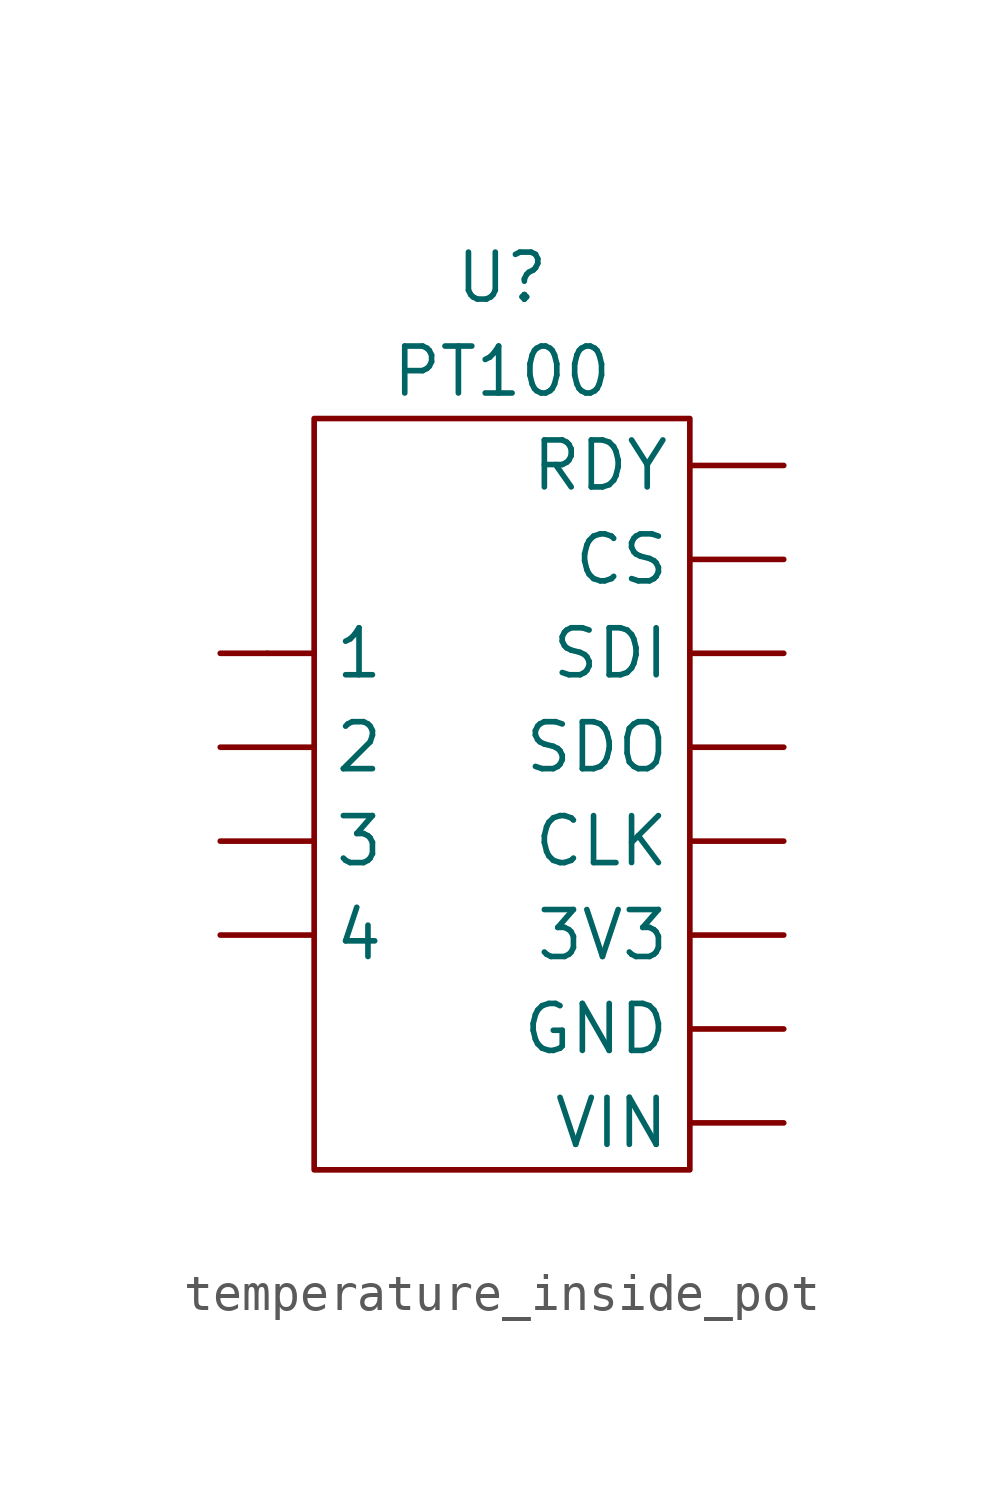
<source format=kicad_sym>
(kicad_symbol_lib
  (version 20220914)
  (generator kicad_symbol_editor)
  (symbol "temperature_inside_pot"
    (pin_numbers hide)
    (property "Reference" "U"
      (at 0 11.43 0)
      (effects (font (size 1.27 1.27))))
    (property "Value" "PT100"
      (at 0 8.89 0)
      (effects (font (size 1.27 1.27))))
    (symbol "temperature_inside_pot_0_1"
      (rectangle (start -6.35 1.27) (end -6.35 1.27) (stroke (width 0) (type default)) (fill (type none)))
      (rectangle (start -5.08 7.62) (end 5.08 -12.7) (stroke (width 0) (type default)) (fill (type none))))
    (symbol "temperature_inside_pot_1_1"
      (pin input line (at -7.62 1.27 0) (length 2.54) (name "1" (effects (font (size 1.27 1.27)))) (number "1" (effects (font (size 1.27 1.27)))))
      (pin input line (at 7.62 -6.35 180) (length 2.54) (name "3V3" (effects (font (size 1.27 1.27)))) (number "10" (effects (font (size 1.27 1.27)))))
      (pin input line (at 7.62 -8.89 180) (length 2.54) (name "GND" (effects (font (size 1.27 1.27)))) (number "11" (effects (font (size 1.27 1.27)))))
      (pin input line (at 7.62 -11.43 180) (length 2.54) (name "VIN" (effects (font (size 1.27 1.27)))) (number "12" (effects (font (size 1.27 1.27)))))
      (pin input line (at -7.62 -1.27 0) (length 2.54) (name "2" (effects (font (size 1.27 1.27)))) (number "2" (effects (font (size 1.27 1.27)))))
      (pin input line (at -7.62 -3.81 0) (length 2.54) (name "3" (effects (font (size 1.27 1.27)))) (number "3" (effects (font (size 1.27 1.27)))))
      (pin input line (at -7.62 -6.35 0) (length 2.54) (name "4" (effects (font (size 1.27 1.27)))) (number "4" (effects (font (size 1.27 1.27)))))
      (pin input line (at 7.62 6.35 180) (length 2.54) (name "RDY" (effects (font (size 1.27 1.27)))) (number "5" (effects (font (size 1.27 1.27)))))
      (pin input line (at 7.62 3.81 180) (length 2.54) (name "CS" (effects (font (size 1.27 1.27)))) (number "6" (effects (font (size 1.27 1.27)))))
      (pin input line (at 7.62 1.27 180) (length 2.54) (name "SDI" (effects (font (size 1.27 1.27)))) (number "7" (effects (font (size 1.27 1.27)))))
      (pin input line (at 7.62 -1.27 180) (length 2.54) (name "SDO" (effects (font (size 1.27 1.27)))) (number "8" (effects (font (size 1.27 1.27)))))
      (pin input line (at 7.62 -3.81 180) (length 2.54) (name "CLK" (effects (font (size 1.27 1.27)))) (number "9" (effects (font (size 1.27 1.27))))))))
</source>
